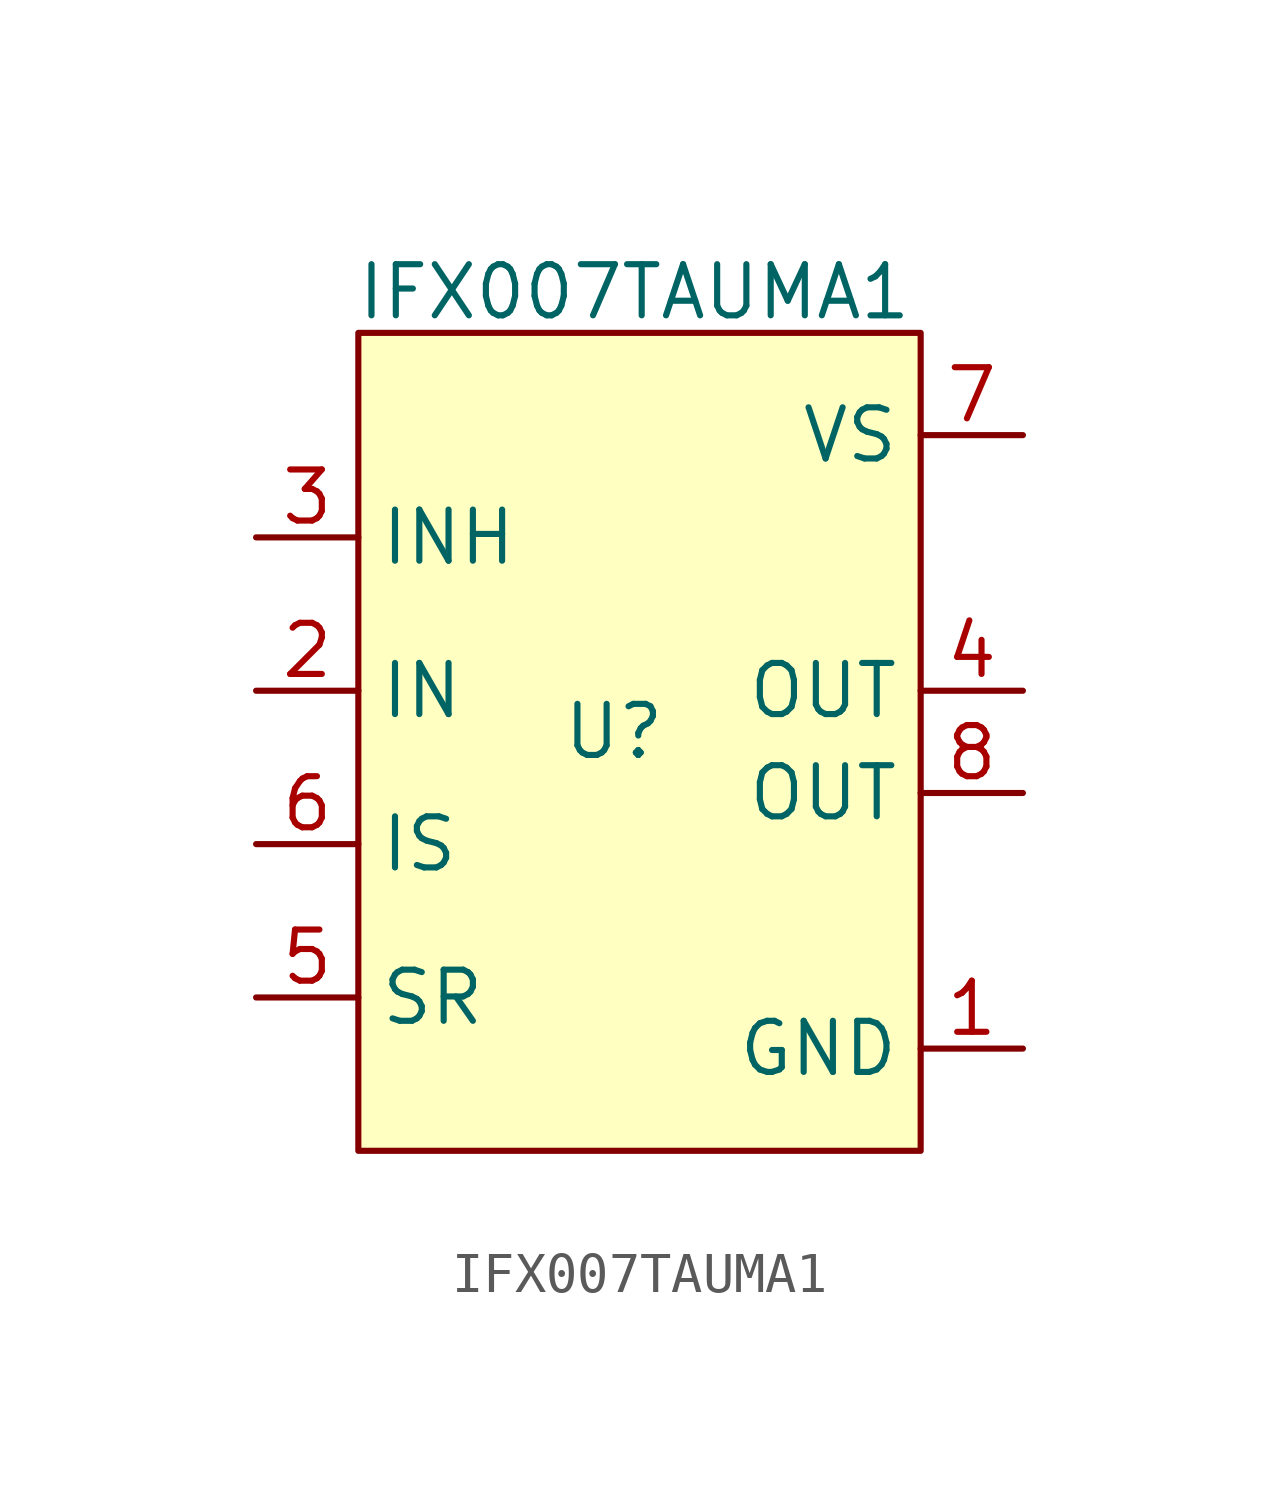
<source format=kicad_sym>
(kicad_symbol_lib
  (version 20231120)
  (generator "kicad_symbol_editor")
  (generator_version "8.0")
  (symbol "IFX007TAUMA1"
    (property "Reference" "U"
      (at 0 0.254 0)
      (effects (font (size 1.27 1.27))))
    (property "Value" "IFX007TAUMA1"
      (at 0.508 11.176 0)
      (effects (font (size 1.27 1.27))))
    (symbol "IFX007TAUMA1_1_1"
      (rectangle (start -6.35 10.16) (end 7.62 -10.16) (stroke (width 0) (type default)) (fill (type background)))
      (pin power_in line (at 10.16 -7.62 180) (length 2.54) (name "GND" (effects (font (size 1.27 1.27)))) (number "1" (effects (font (size 1.27 1.27)))))
      (pin input line (at -8.89 1.27 0) (length 2.54) (name "IN" (effects (font (size 1.27 1.27)))) (number "2" (effects (font (size 1.27 1.27)))))
      (pin input line (at -8.89 5.08 0) (length 2.54) (name "INH" (effects (font (size 1.27 1.27)))) (number "3" (effects (font (size 1.27 1.27)))))
      (pin power_out line (at 10.16 1.27 180) (length 2.54) (name "OUT" (effects (font (size 1.27 1.27)))) (number "4" (effects (font (size 1.27 1.27)))))
      (pin input line (at -8.89 -6.35 0) (length 2.54) (name "SR" (effects (font (size 1.27 1.27)))) (number "5" (effects (font (size 1.27 1.27)))))
      (pin output line (at -8.89 -2.54 0) (length 2.54) (name "IS" (effects (font (size 1.27 1.27)))) (number "6" (effects (font (size 1.27 1.27)))))
      (pin power_in line (at 10.16 7.62 180) (length 2.54) (name "VS" (effects (font (size 1.27 1.27)))) (number "7" (effects (font (size 1.27 1.27)))))
      (pin power_out line (at 10.16 -1.27 180) (length 2.54) (name "OUT" (effects (font (size 1.27 1.27)))) (number "8" (effects (font (size 1.27 1.27))))))))
</source>
